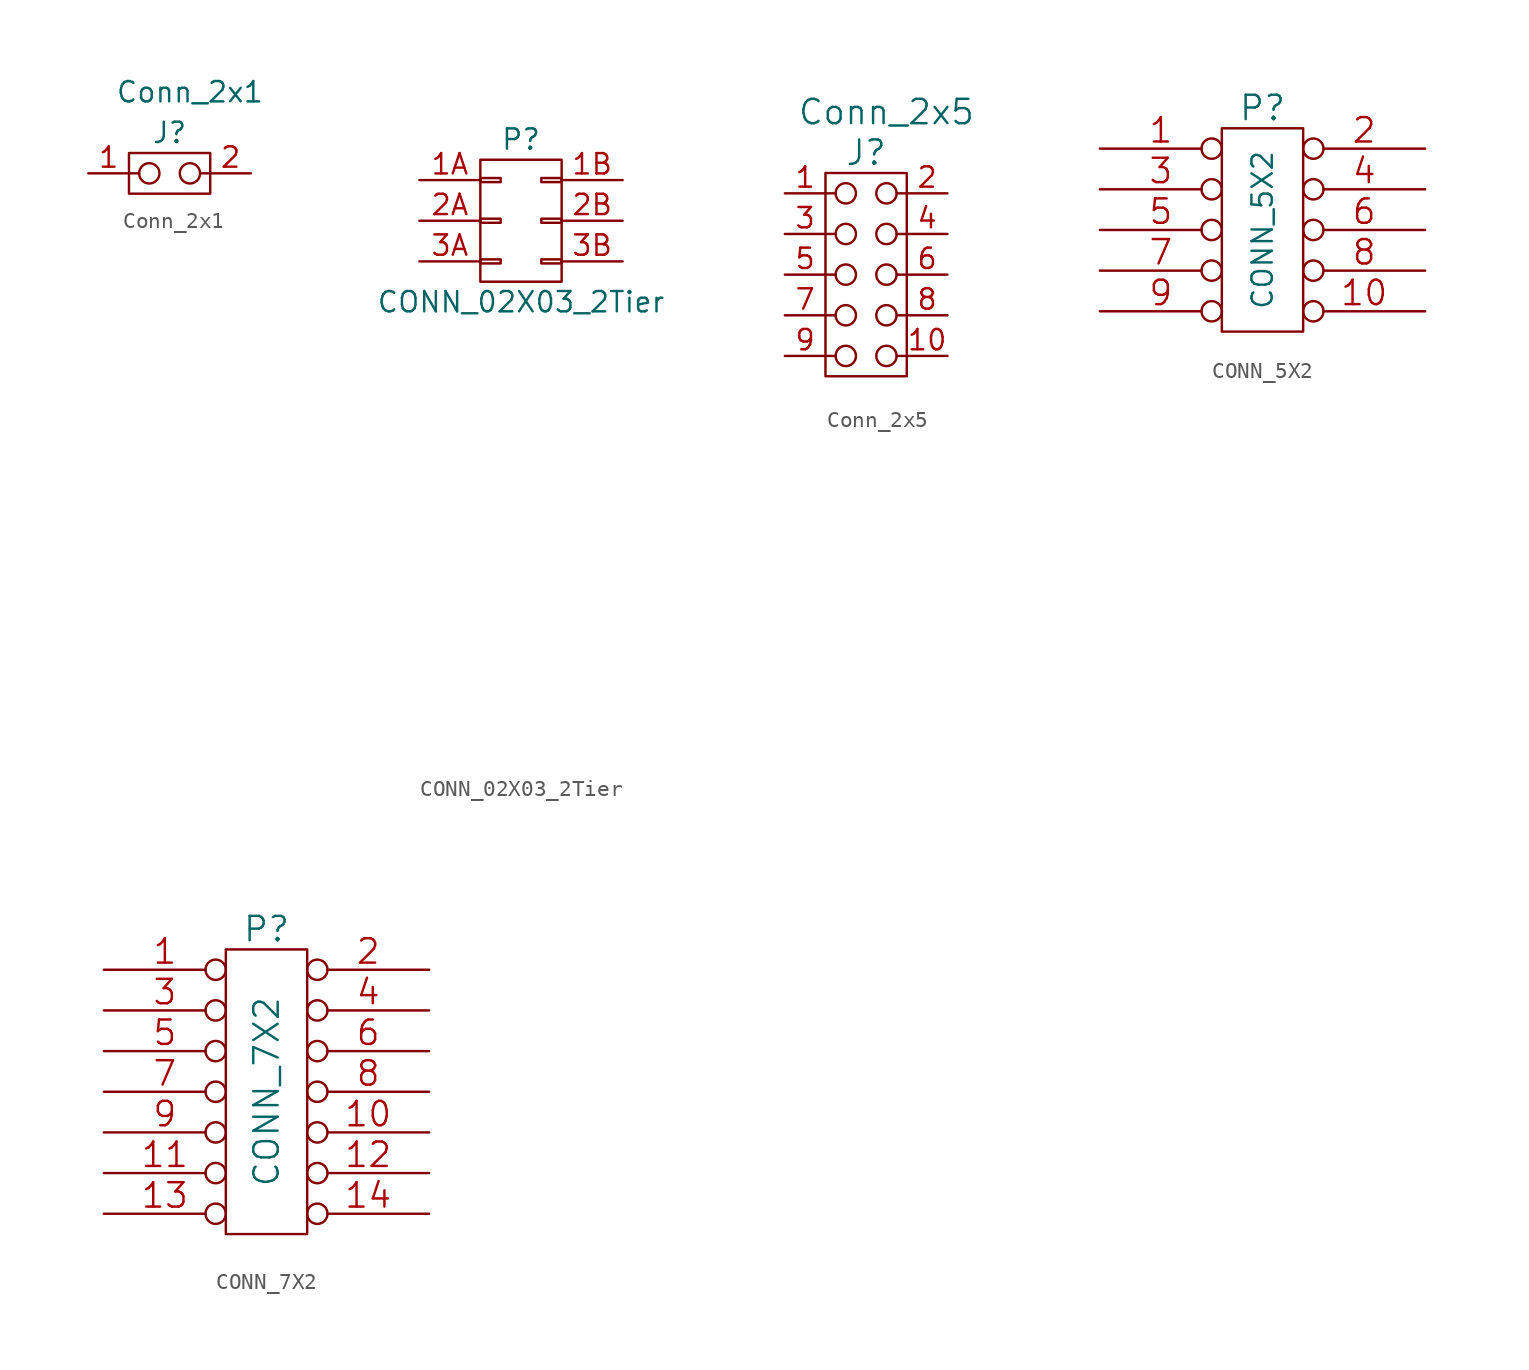
<source format=kicad_sym>
(kicad_symbol_lib
  (version 20231120)
  (generator "kicad_symbol_editor")
  (generator_version "8.0")
  (symbol "Conn_2x1"
    (pin_names
      (offset 1.016) hide)
    (property "Reference" "J"
      (at 0 2.54 0)
      (effects (font (size 1.27 1.27))))
    (property "Value" "Conn_2x1"
      (at 1.27 5.08 0)
      (effects (font (size 1.27 1.27))))
    (property "Footprint" ""
      (at 0 0 0)
      (effects (font (size 1.524 1.524))))
    (property "Datasheet" ""
      (at 0 0 0)
      (effects (font (size 1.524 1.524))))
    (symbol "Conn_2x1_0_1"
      (rectangle (start -2.54 1.27) (end 2.54 -1.27) (stroke (width 0) (type default)) (fill (type none)))
      (circle (center -1.27 0) (radius 0.635) (stroke (width 0) (type default)) (fill (type none)))
      (polyline (pts (xy -1.905 0) (xy -2.54 0)) (stroke (width 0) (type default)) (fill (type none)))
      (polyline (pts (xy 2.54 0) (xy 1.905 0)) (stroke (width 0) (type default)) (fill (type none)))
      (circle (center 1.27 0) (radius 0.635) (stroke (width 0) (type default)) (fill (type none))))
    (symbol "Conn_2x1_1_1"
      (pin power_out line (at -5.08 0 0) (length 2.54) (name "1" (effects (font (size 1.27 1.27)))) (number "1" (effects (font (size 1.27 1.27)))))
      (pin power_out line (at 5.08 0 180) (length 2.54) (name "2" (effects (font (size 1.27 1.27)))) (number "2" (effects (font (size 1.27 1.27)))))))
  (symbol "CONN_02X03_2Tier"
    (pin_names
      (offset 0.025) hide)
    (property "Reference" "P"
      (at 0 5.08 0)
      (effects (font (size 1.27 1.27))))
    (property "Value" "CONN_02X03_2Tier"
      (at 0 -5.08 0)
      (effects (font (size 1.27 1.27))))
    (property "Footprint" ""
      (at 0 -30.48 0)
      (effects (font (size 1.524 1.524))))
    (property "Datasheet" ""
      (at 0 -30.48 0)
      (effects (font (size 1.524 1.524))))
    (symbol "CONN_02X03_2Tier_0_1"
      (rectangle (start -2.54 -2.413) (end -1.27 -2.667) (stroke (width 0) (type default)) (fill (type none)))
      (rectangle (start -2.54 0.127) (end -1.27 -0.127) (stroke (width 0) (type default)) (fill (type none)))
      (rectangle (start -2.54 2.667) (end -1.27 2.413) (stroke (width 0) (type default)) (fill (type none)))
      (rectangle (start -2.54 3.81) (end 2.54 -3.81) (stroke (width 0) (type default)) (fill (type none)))
      (rectangle (start 1.27 -2.413) (end 2.54 -2.667) (stroke (width 0) (type default)) (fill (type none)))
      (rectangle (start 1.27 0.127) (end 2.54 -0.127) (stroke (width 0) (type default)) (fill (type none)))
      (rectangle (start 1.27 2.667) (end 2.54 2.413) (stroke (width 0) (type default)) (fill (type none))))
    (symbol "CONN_02X03_2Tier_1_1"
      (pin passive line (at -6.35 2.54 0) (length 3.81) (name "1A" (effects (font (size 1.27 1.27)))) (number "1A" (effects (font (size 1.27 1.27)))))
      (pin passive line (at 6.35 2.54 180) (length 3.81) (name "1B" (effects (font (size 1.27 1.27)))) (number "1B" (effects (font (size 1.27 1.27)))))
      (pin passive line (at -6.35 0 0) (length 3.81) (name "2A" (effects (font (size 1.27 1.27)))) (number "2A" (effects (font (size 1.27 1.27)))))
      (pin passive line (at 6.35 0 180) (length 3.81) (name "2B" (effects (font (size 1.27 1.27)))) (number "2B" (effects (font (size 1.27 1.27)))))
      (pin passive line (at -6.35 -2.54 0) (length 3.81) (name "3A" (effects (font (size 1.27 1.27)))) (number "3A" (effects (font (size 1.27 1.27)))))
      (pin passive line (at 6.35 -2.54 180) (length 3.81) (name "3B" (effects (font (size 1.27 1.27)))) (number "3B" (effects (font (size 1.27 1.27)))))))
  (symbol "Conn_2x5"
    (pin_names
      (offset 1.016) hide)
    (property "Reference" "J"
      (at 0 7.62 0)
      (effects (font (size 1.524 1.524))))
    (property "Value" "Conn_2x5"
      (at 1.27 10.16 0)
      (effects (font (size 1.524 1.524))))
    (property "Footprint" ""
      (at 0 5.08 0)
      (effects (font (size 1.524 1.524))))
    (property "Datasheet" ""
      (at 0 5.08 0)
      (effects (font (size 1.524 1.524))))
    (symbol "Conn_2x5_0_1"
      (rectangle (start -2.54 6.35) (end 2.54 -6.35) (stroke (width 0) (type default)) (fill (type none)))
      (circle (center -1.27 -5.08) (radius 0.635) (stroke (width 0) (type default)) (fill (type none)))
      (circle (center -1.27 -2.54) (radius 0.635) (stroke (width 0) (type default)) (fill (type none)))
      (circle (center -1.27 0) (radius 0.635) (stroke (width 0) (type default)) (fill (type none)))
      (circle (center -1.27 2.54) (radius 0.635) (stroke (width 0) (type default)) (fill (type none)))
      (circle (center -1.27 5.08) (radius 0.635) (stroke (width 0) (type default)) (fill (type none)))
      (polyline (pts (xy -1.905 -5.08) (xy -2.54 -5.08)) (stroke (width 0) (type default)) (fill (type none)))
      (polyline (pts (xy -1.905 -2.54) (xy -2.54 -2.54)) (stroke (width 0) (type default)) (fill (type none)))
      (polyline (pts (xy -1.905 0) (xy -2.54 0)) (stroke (width 0) (type default)) (fill (type none)))
      (polyline (pts (xy -1.905 2.54) (xy -2.54 2.54)) (stroke (width 0) (type default)) (fill (type none)))
      (polyline (pts (xy -1.905 5.08) (xy -2.54 5.08)) (stroke (width 0) (type default)) (fill (type none)))
      (polyline (pts (xy 2.54 -5.08) (xy 1.905 -5.08)) (stroke (width 0) (type default)) (fill (type none)))
      (polyline (pts (xy 2.54 -2.54) (xy 1.905 -2.54)) (stroke (width 0) (type default)) (fill (type none)))
      (polyline (pts (xy 2.54 0) (xy 1.905 0)) (stroke (width 0) (type default)) (fill (type none)))
      (polyline (pts (xy 2.54 2.54) (xy 1.905 2.54)) (stroke (width 0) (type default)) (fill (type none)))
      (polyline (pts (xy 2.54 5.08) (xy 1.905 5.08)) (stroke (width 0) (type default)) (fill (type none)))
      (circle (center 1.27 -5.08) (radius 0.635) (stroke (width 0) (type default)) (fill (type none)))
      (circle (center 1.27 -2.54) (radius 0.635) (stroke (width 0) (type default)) (fill (type none)))
      (circle (center 1.27 0) (radius 0.635) (stroke (width 0) (type default)) (fill (type none)))
      (circle (center 1.27 2.54) (radius 0.635) (stroke (width 0) (type default)) (fill (type none)))
      (circle (center 1.27 5.08) (radius 0.635) (stroke (width 0) (type default)) (fill (type none))))
    (symbol "Conn_2x5_1_1"
      (pin power_out line (at -5.08 5.08 0) (length 2.54) (name "1" (effects (font (size 1.27 1.27)))) (number "1" (effects (font (size 1.27 1.27)))))
      (pin power_out line (at 5.08 -5.08 180) (length 2.54) (name "10" (effects (font (size 1.27 1.27)))) (number "10" (effects (font (size 1.27 1.27)))))
      (pin power_out line (at 5.08 5.08 180) (length 2.54) (name "2" (effects (font (size 1.27 1.27)))) (number "2" (effects (font (size 1.27 1.27)))))
      (pin power_out line (at -5.08 2.54 0) (length 2.54) (name "3" (effects (font (size 1.27 1.27)))) (number "3" (effects (font (size 1.27 1.27)))))
      (pin power_out line (at 5.08 2.54 180) (length 2.54) (name "4" (effects (font (size 1.27 1.27)))) (number "4" (effects (font (size 1.27 1.27)))))
      (pin power_out line (at -5.08 0 0) (length 2.54) (name "5" (effects (font (size 1.27 1.27)))) (number "5" (effects (font (size 1.27 1.27)))))
      (pin power_out line (at 5.08 0 180) (length 2.54) (name "6" (effects (font (size 1.27 1.27)))) (number "6" (effects (font (size 1.27 1.27)))))
      (pin power_out line (at -5.08 -2.54 0) (length 2.54) (name "7" (effects (font (size 1.27 1.27)))) (number "7" (effects (font (size 1.27 1.27)))))
      (pin power_out line (at 5.08 -2.54 180) (length 2.54) (name "8" (effects (font (size 1.27 1.27)))) (number "8" (effects (font (size 1.27 1.27)))))
      (pin power_out line (at -5.08 -5.08 0) (length 2.54) (name "9" (effects (font (size 1.27 1.27)))) (number "9" (effects (font (size 1.27 1.27)))))))
  (symbol "CONN_5X2"
    (pin_names
      (offset 1.016))
    (property "Reference" "P"
      (at 0 7.62 0)
      (effects (font (size 1.524 1.524))))
    (property "Value" "CONN_5X2"
      (at 0 0 90)
      (effects (font (size 1.27 1.27))))
    (property "Footprint" ""
      (at 0 0 0)
      (effects (font (size 1.524 1.524))))
    (property "Datasheet" ""
      (at 0 0 0)
      (effects (font (size 1.524 1.524))))
    (symbol "CONN_5X2_0_1"
      (rectangle (start -2.54 6.35) (end 2.54 -6.35) (stroke (width 0) (type default)) (fill (type none))))
    (symbol "CONN_5X2_1_1"
      (pin passive inverted (at -10.16 5.08 0) (length 7.62) (name "~" (effects (font (size 1.524 1.524)))) (number "1" (effects (font (size 1.524 1.524)))))
      (pin passive inverted (at 10.16 -5.08 180) (length 7.62) (name "~" (effects (font (size 1.524 1.524)))) (number "10" (effects (font (size 1.524 1.524)))))
      (pin passive inverted (at 10.16 5.08 180) (length 7.62) (name "~" (effects (font (size 1.524 1.524)))) (number "2" (effects (font (size 1.524 1.524)))))
      (pin passive inverted (at -10.16 2.54 0) (length 7.62) (name "~" (effects (font (size 1.524 1.524)))) (number "3" (effects (font (size 1.524 1.524)))))
      (pin passive inverted (at 10.16 2.54 180) (length 7.62) (name "~" (effects (font (size 1.524 1.524)))) (number "4" (effects (font (size 1.524 1.524)))))
      (pin passive inverted (at -10.16 0 0) (length 7.62) (name "~" (effects (font (size 1.524 1.524)))) (number "5" (effects (font (size 1.524 1.524)))))
      (pin passive inverted (at 10.16 0 180) (length 7.62) (name "~" (effects (font (size 1.524 1.524)))) (number "6" (effects (font (size 1.524 1.524)))))
      (pin passive inverted (at -10.16 -2.54 0) (length 7.62) (name "~" (effects (font (size 1.524 1.524)))) (number "7" (effects (font (size 1.524 1.524)))))
      (pin passive inverted (at 10.16 -2.54 180) (length 7.62) (name "~" (effects (font (size 1.524 1.524)))) (number "8" (effects (font (size 1.524 1.524)))))
      (pin passive inverted (at -10.16 -5.08 0) (length 7.62) (name "~" (effects (font (size 1.524 1.524)))) (number "9" (effects (font (size 1.524 1.524)))))))
  (symbol "CONN_7X2"
    (pin_names
      (offset 1.016) hide)
    (property "Reference" "P"
      (at 0 10.16 0)
      (effects (font (size 1.524 1.524))))
    (property "Value" "CONN_7X2"
      (at 0 0 90)
      (effects (font (size 1.524 1.524))))
    (property "Footprint" ""
      (at 0 0 0)
      (effects (font (size 1.524 1.524))))
    (property "Datasheet" ""
      (at 0 0 0)
      (effects (font (size 1.524 1.524))))
    (symbol "CONN_7X2_0_1"
      (rectangle (start -2.54 8.89) (end 2.54 -8.89) (stroke (width 0) (type default)) (fill (type none))))
    (symbol "CONN_7X2_1_1"
      (pin passive inverted (at -10.16 7.62 0) (length 7.62) (name "P1" (effects (font (size 1.524 1.524)))) (number "1" (effects (font (size 1.524 1.524)))))
      (pin passive inverted (at 10.16 -2.54 180) (length 7.62) (name "10" (effects (font (size 1.524 1.524)))) (number "10" (effects (font (size 1.524 1.524)))))
      (pin passive inverted (at -10.16 -5.08 0) (length 7.62) (name "11" (effects (font (size 1.524 1.524)))) (number "11" (effects (font (size 1.524 1.524)))))
      (pin passive inverted (at 10.16 -5.08 180) (length 7.62) (name "12" (effects (font (size 1.524 1.524)))) (number "12" (effects (font (size 1.524 1.524)))))
      (pin passive inverted (at -10.16 -7.62 0) (length 7.62) (name "13" (effects (font (size 1.524 1.524)))) (number "13" (effects (font (size 1.524 1.524)))))
      (pin passive inverted (at 10.16 -7.62 180) (length 7.62) (name "14" (effects (font (size 1.524 1.524)))) (number "14" (effects (font (size 1.524 1.524)))))
      (pin passive inverted (at 10.16 7.62 180) (length 7.62) (name "P2" (effects (font (size 1.524 1.524)))) (number "2" (effects (font (size 1.524 1.524)))))
      (pin passive inverted (at -10.16 5.08 0) (length 7.62) (name "P3" (effects (font (size 1.524 1.524)))) (number "3" (effects (font (size 1.524 1.524)))))
      (pin passive inverted (at 10.16 5.08 180) (length 7.62) (name "P4" (effects (font (size 1.524 1.524)))) (number "4" (effects (font (size 1.524 1.524)))))
      (pin passive inverted (at -10.16 2.54 0) (length 7.62) (name "P5" (effects (font (size 1.524 1.524)))) (number "5" (effects (font (size 1.524 1.524)))))
      (pin passive inverted (at 10.16 2.54 180) (length 7.62) (name "P6" (effects (font (size 1.524 1.524)))) (number "6" (effects (font (size 1.524 1.524)))))
      (pin passive inverted (at -10.16 0 0) (length 7.62) (name "P7" (effects (font (size 1.524 1.524)))) (number "7" (effects (font (size 1.524 1.524)))))
      (pin passive inverted (at 10.16 0 180) (length 7.62) (name "P8" (effects (font (size 1.524 1.524)))) (number "8" (effects (font (size 1.524 1.524)))))
      (pin passive inverted (at -10.16 -2.54 0) (length 7.62) (name "9" (effects (font (size 1.524 1.524)))) (number "9" (effects (font (size 1.524 1.524))))))))
</source>
